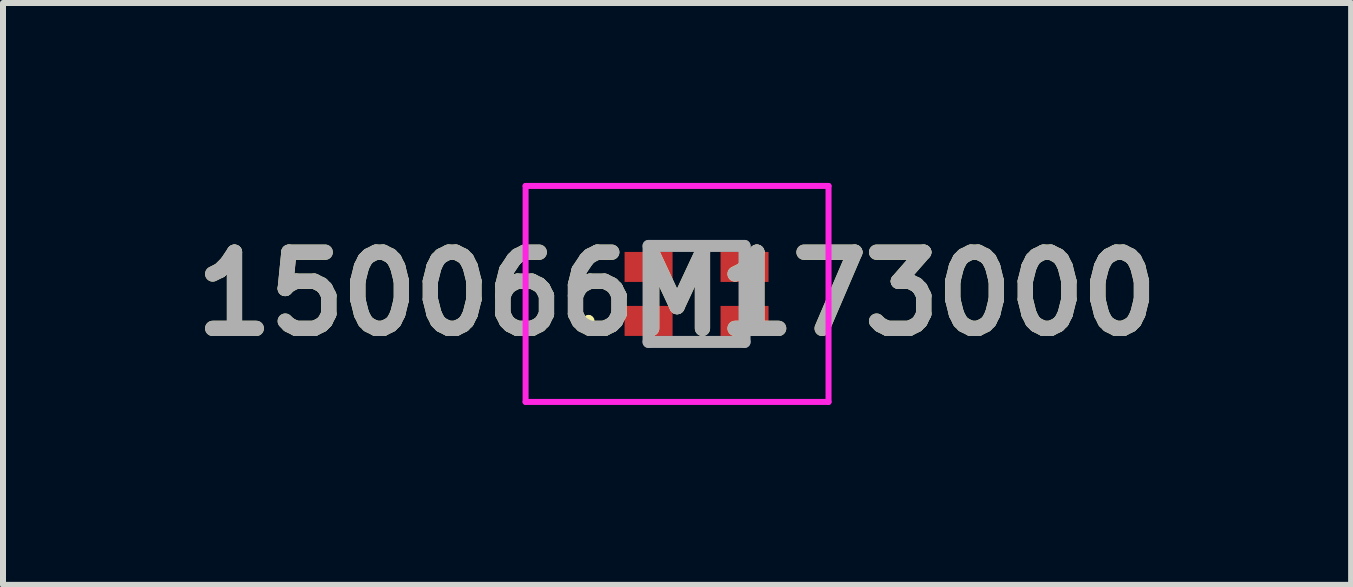
<source format=kicad_pcb>
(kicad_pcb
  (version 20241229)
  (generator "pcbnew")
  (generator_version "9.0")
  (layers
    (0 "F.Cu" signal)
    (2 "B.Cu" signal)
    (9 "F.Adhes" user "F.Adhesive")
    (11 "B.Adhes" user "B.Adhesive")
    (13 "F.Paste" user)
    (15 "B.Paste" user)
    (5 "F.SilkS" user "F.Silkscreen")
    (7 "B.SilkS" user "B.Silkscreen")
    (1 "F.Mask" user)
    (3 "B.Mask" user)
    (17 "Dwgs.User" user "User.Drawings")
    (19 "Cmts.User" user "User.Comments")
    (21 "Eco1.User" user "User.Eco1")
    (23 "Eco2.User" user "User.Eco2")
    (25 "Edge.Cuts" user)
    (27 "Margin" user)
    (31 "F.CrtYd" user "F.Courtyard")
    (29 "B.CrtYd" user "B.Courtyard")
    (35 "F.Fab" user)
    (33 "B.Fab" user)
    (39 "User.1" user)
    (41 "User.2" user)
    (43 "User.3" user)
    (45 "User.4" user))
  (footprint "150066M173000"
    (layer "F.Cu")
    (at 8.562 1.85)
    (property "Reference" "150066M173000" (at -0.325 0 0) (layer "F.SilkS") (effects (font (size 1.27 1.27) (thickness 0.254))))
    (attr smd)
    (fp_line (start -1.8 0.4) (end -1.8 0.4) (stroke (width 0.1) (type solid)) (layer "F.SilkS"))
    (fp_line (start -1.8 0.5) (end -1.8 0.5) (stroke (width 0.1) (type solid)) (layer "F.SilkS"))
    (fp_line (start -0.1 -0.8) (end 0.1 -0.8) (stroke (width 0.1) (type solid)) (layer "F.SilkS"))
    (fp_line (start -0.1 0.8) (end 0.1 0.8) (stroke (width 0.1) (type solid)) (layer "F.SilkS"))
    (fp_arc (start -1.8 0.4) (mid -1.75 0.45) (end -1.8 0.5) (stroke (width 0.1) (type solid)) (layer "F.SilkS"))
    (fp_arc (start -1.8 0.5) (mid -1.85 0.45) (end -1.8 0.4) (stroke (width 0.1) (type solid)) (layer "F.SilkS"))
    (fp_line (start -2.85 -1.8) (end 2.2 -1.8) (stroke (width 0.1) (type solid)) (layer "F.CrtYd"))
    (fp_line (start -2.85 1.8) (end -2.85 -1.8) (stroke (width 0.1) (type solid)) (layer "F.CrtYd"))
    (fp_line (start 2.2 -1.8) (end 2.2 1.8) (stroke (width 0.1) (type solid)) (layer "F.CrtYd"))
    (fp_line (start 2.2 1.8) (end -2.85 1.8) (stroke (width 0.1) (type solid)) (layer "F.CrtYd"))
    (fp_line (start -0.8 -0.8) (end 0.8 -0.8) (stroke (width 0.2) (type solid)) (layer "F.Fab"))
    (fp_line (start -0.8 0.8) (end -0.8 -0.8) (stroke (width 0.2) (type solid)) (layer "F.Fab"))
    (fp_line (start 0.8 -0.8) (end 0.8 0.8) (stroke (width 0.2) (type solid)) (layer "F.Fab"))
    (fp_line (start 0.8 0.8) (end -0.8 0.8) (stroke (width 0.2) (type solid)) (layer "F.Fab"))
    (fp_text user "${REFERENCE}" (at -0.325 0 0) (layer "F.Fab") (effects (font (size 1.27 1.27) (thickness 0.254))))
    (pad "1" smd rect (at -0.8 0.45 90) (size 0.5 0.8) (layers "F.Cu" "F.Mask" "F.Paste"))
    (pad "2" smd rect (at -0.8 -0.45 90) (size 0.5 0.8) (layers "F.Cu" "F.Mask" "F.Paste"))
    (pad "3" smd rect (at 0.8 -0.45 90) (size 0.5 0.8) (layers "F.Cu" "F.Mask" "F.Paste"))
    (pad "4" smd rect (at 0.8 0.45 90) (size 0.5 0.8) (layers "F.Cu" "F.Mask" "F.Paste")))
  (gr_rect
    (start -3 -3)
    (end 19.474 6.7)
    (stroke (width 0.1) (type default))
    (fill no)
    (layer "Edge.Cuts")))
</source>
